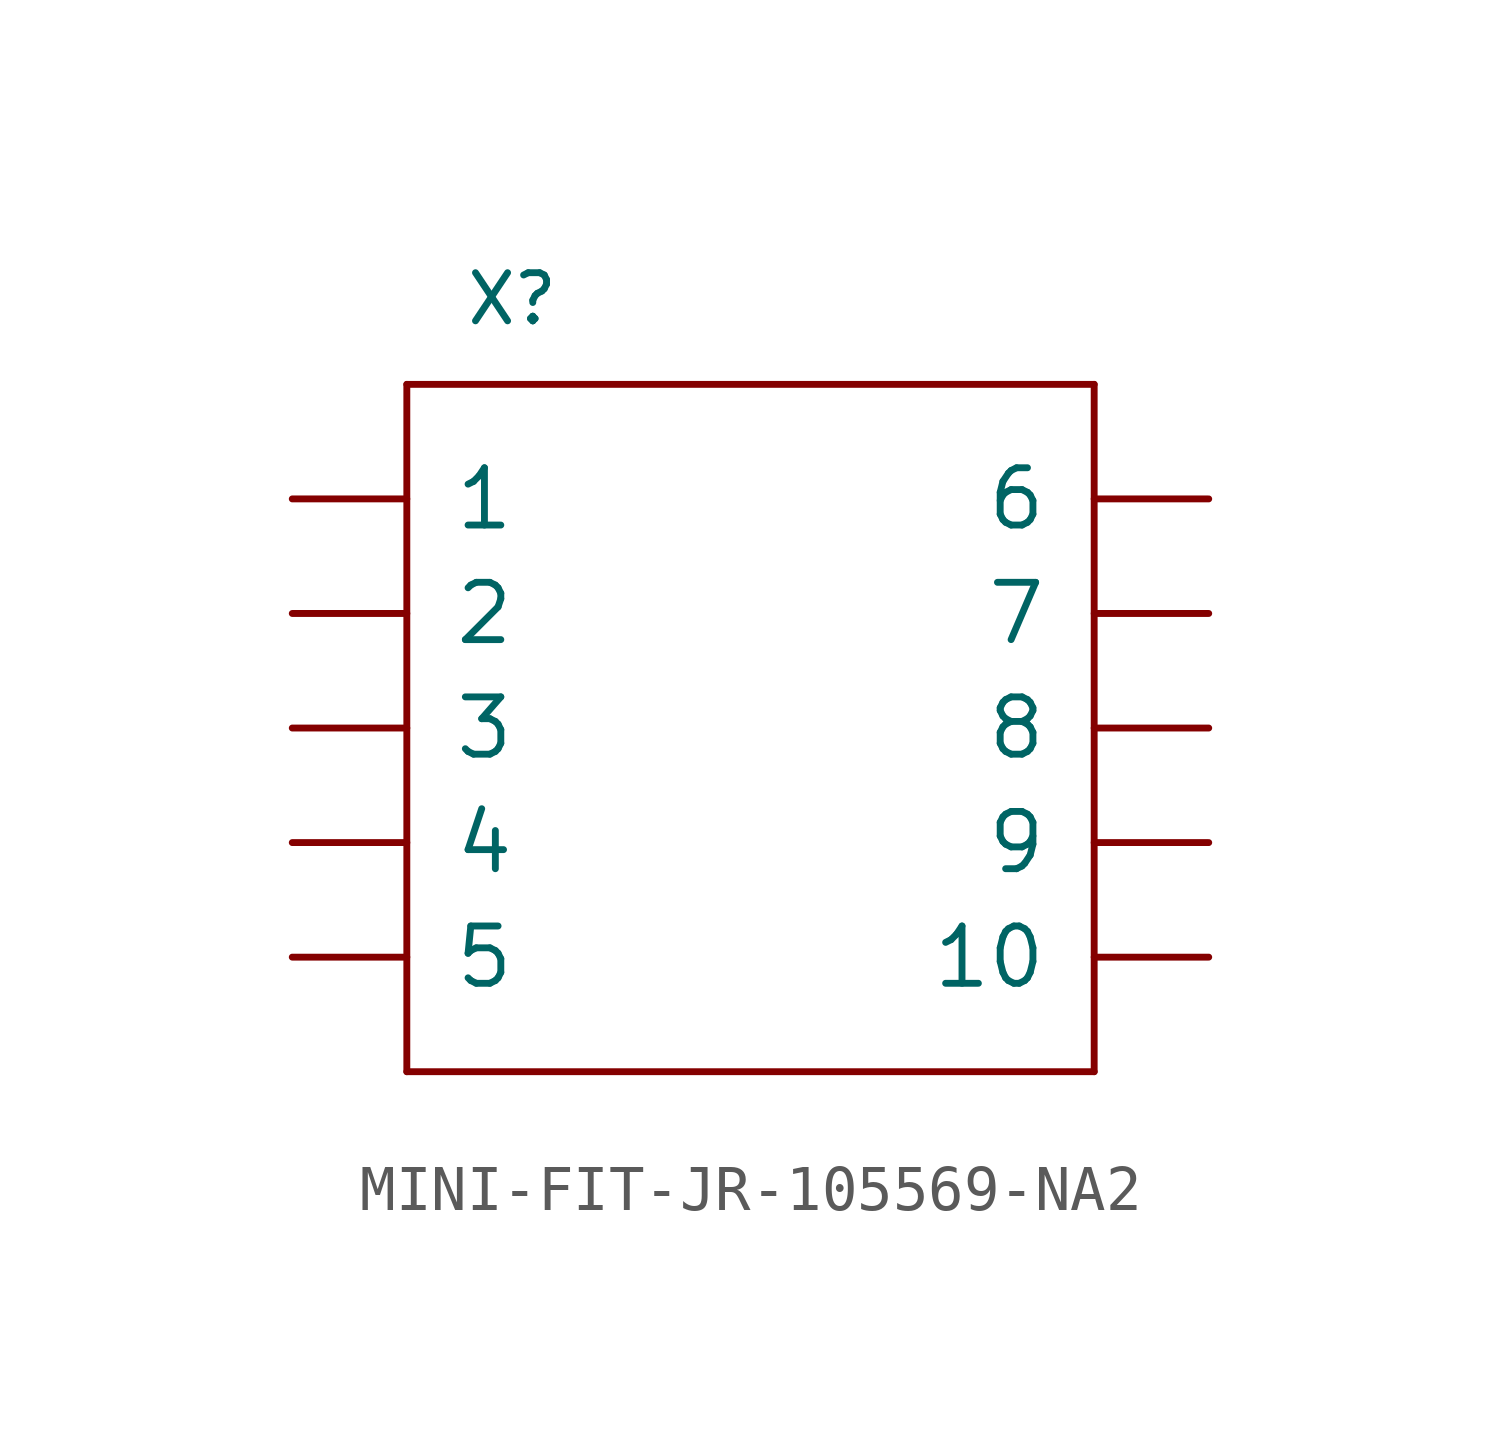
<source format=kicad_sym>
(kicad_symbol_lib
  (version 20211014)
  (generator kicad_symbol_editor)
  (symbol "MINI-FIT-JR-105569-NA2"
    (pin_names
      (offset 1.016))
    (property "Reference" "X"
      (at -6.35 8.89 0)
      (effects (font (size 1.067 1.067)) (justify left bottom)))
    (property "ki_locked" ""
      (at 0 0 0)
      (effects (font (size 1.27 1.27))))
    (symbol "MINI-FIT-JR-105569-NA2_1_0"
      (polyline (pts (xy -7.62 -7.62) (xy 7.62 -7.62)) (stroke (width 0) (type default) (color 0 0 0 0)) (fill (type none)))
      (polyline (pts (xy -7.62 7.62) (xy -7.62 -7.62)) (stroke (width 0) (type default) (color 0 0 0 0)) (fill (type none)))
      (polyline (pts (xy 7.62 -7.62) (xy 7.62 7.62)) (stroke (width 0) (type default) (color 0 0 0 0)) (fill (type none)))
      (polyline (pts (xy 7.62 7.62) (xy -7.62 7.62)) (stroke (width 0) (type default) (color 0 0 0 0)) (fill (type none)))
      (pin passive line (at -10.16 5.08 0) (length 2.54) (name "1" (effects (font (size 1.27 1.27)))) (number "P1" (effects (font (size 0 0)))))
      (pin passive line (at 10.16 -5.08 180) (length 2.54) (name "10" (effects (font (size 1.27 1.27)))) (number "P10" (effects (font (size 0 0)))))
      (pin passive line (at -10.16 2.54 0) (length 2.54) (name "2" (effects (font (size 1.27 1.27)))) (number "P2" (effects (font (size 0 0)))))
      (pin passive line (at -10.16 0 0) (length 2.54) (name "3" (effects (font (size 1.27 1.27)))) (number "P3" (effects (font (size 0 0)))))
      (pin passive line (at -10.16 -2.54 0) (length 2.54) (name "4" (effects (font (size 1.27 1.27)))) (number "P4" (effects (font (size 0 0)))))
      (pin passive line (at -10.16 -5.08 0) (length 2.54) (name "5" (effects (font (size 1.27 1.27)))) (number "P5" (effects (font (size 0 0)))))
      (pin passive line (at 10.16 5.08 180) (length 2.54) (name "6" (effects (font (size 1.27 1.27)))) (number "P6" (effects (font (size 0 0)))))
      (pin passive line (at 10.16 2.54 180) (length 2.54) (name "7" (effects (font (size 1.27 1.27)))) (number "P7" (effects (font (size 0 0)))))
      (pin passive line (at 10.16 0 180) (length 2.54) (name "8" (effects (font (size 1.27 1.27)))) (number "P8" (effects (font (size 0 0)))))
      (pin passive line (at 10.16 -2.54 180) (length 2.54) (name "9" (effects (font (size 1.27 1.27)))) (number "P9" (effects (font (size 0 0))))))))
</source>
